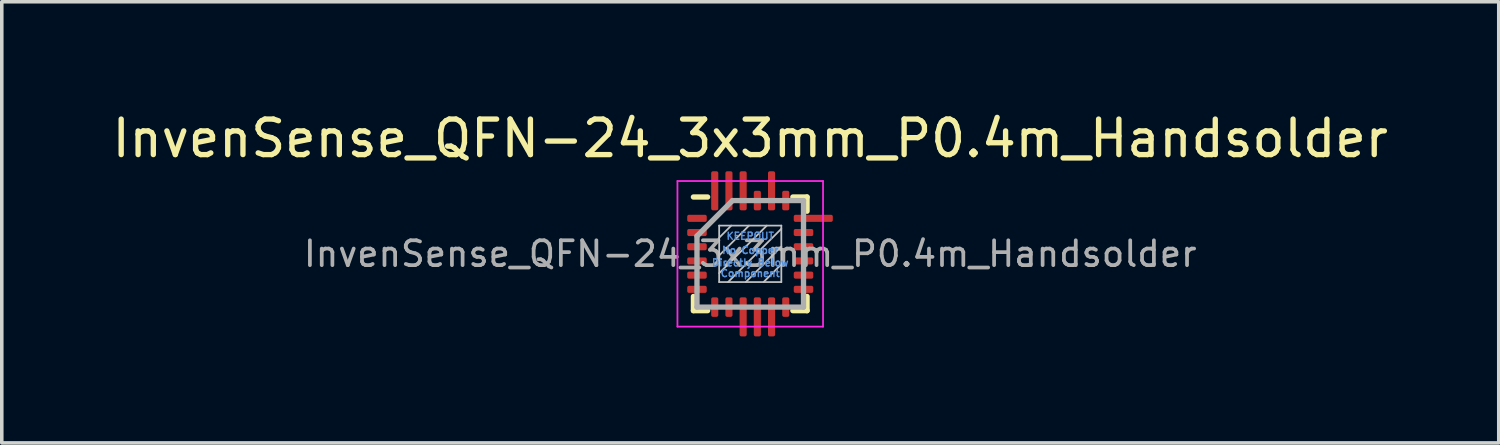
<source format=kicad_pcb>
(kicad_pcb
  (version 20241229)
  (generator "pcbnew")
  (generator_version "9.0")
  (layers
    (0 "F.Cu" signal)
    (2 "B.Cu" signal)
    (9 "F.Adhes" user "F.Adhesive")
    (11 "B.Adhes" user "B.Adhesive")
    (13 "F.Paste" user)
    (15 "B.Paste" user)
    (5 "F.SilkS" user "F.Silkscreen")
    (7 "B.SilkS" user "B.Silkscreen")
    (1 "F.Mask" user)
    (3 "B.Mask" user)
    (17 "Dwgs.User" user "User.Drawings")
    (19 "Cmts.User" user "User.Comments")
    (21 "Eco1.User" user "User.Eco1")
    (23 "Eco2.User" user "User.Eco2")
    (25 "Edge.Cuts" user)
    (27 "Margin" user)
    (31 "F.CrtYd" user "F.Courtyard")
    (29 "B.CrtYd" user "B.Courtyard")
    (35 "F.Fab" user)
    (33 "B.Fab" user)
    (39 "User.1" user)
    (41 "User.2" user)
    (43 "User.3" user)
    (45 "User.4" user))
  (footprint "InvenSense_QFN-24_3x3mm_P0.4m_Handsolder"
    (layer "F.Cu")
    (at 18.077 4.098)
    (property "Reference" "InvenSense_QFN-24_3x3mm_P0.4m_Handsolder" (at 0 -3.25 0) (layer "F.SilkS") (effects (font (size 1 1) (thickness 0.15))))
    (attr smd)
    (fp_line (start -1.6 -1.6) (end -1.2 -1.6) (stroke (width 0.15) (type solid)) (layer "F.SilkS"))
    (fp_line (start -1.6 1.6) (end -1.6 1.2) (stroke (width 0.15) (type solid)) (layer "F.SilkS"))
    (fp_line (start -1.6 1.6) (end -1.2 1.6) (stroke (width 0.15) (type solid)) (layer "F.SilkS"))
    (fp_line (start 1.6 -1.6) (end 1.2 -1.6) (stroke (width 0.15) (type solid)) (layer "F.SilkS"))
    (fp_line (start 1.6 -1.6) (end 1.6 -1.2) (stroke (width 0.15) (type solid)) (layer "F.SilkS"))
    (fp_line (start 1.6 1.6) (end 1.2 1.6) (stroke (width 0.15) (type solid)) (layer "F.SilkS"))
    (fp_line (start 1.6 1.6) (end 1.6 1.2) (stroke (width 0.15) (type solid)) (layer "F.SilkS"))
    (fp_line (start -0.875 -0.795) (end -0.875 0.795) (stroke (width 0.05) (type solid)) (layer "Dwgs.User"))
    (fp_line (start -0.875 -0.795) (end 0.875 -0.795) (stroke (width 0.05) (type solid)) (layer "Dwgs.User"))
    (fp_line (start -0.875 0.795) (end 0.875 0.795) (stroke (width 0.05) (type solid)) (layer "Dwgs.User"))
    (fp_line (start -0.535 -0.795) (end -0.875 -0.455) (stroke (width 0.05) (type solid)) (layer "Dwgs.User"))
    (fp_line (start -0.035 -0.795) (end -0.875 0.045) (stroke (width 0.05) (type solid)) (layer "Dwgs.User"))
    (fp_line (start 0.465 -0.795) (end -0.875 0.545) (stroke (width 0.05) (type solid)) (layer "Dwgs.User"))
    (fp_line (start 0.875 -0.795) (end 0.875 0.795) (stroke (width 0.05) (type solid)) (layer "Dwgs.User"))
    (fp_line (start 0.875 -0.705) (end -0.625 0.795) (stroke (width 0.05) (type solid)) (layer "Dwgs.User"))
    (fp_line (start 0.875 -0.205) (end -0.125 0.795) (stroke (width 0.05) (type solid)) (layer "Dwgs.User"))
    (fp_line (start 0.875 0.295) (end 0.375 0.795) (stroke (width 0.05) (type solid)) (layer "Dwgs.User"))
    (fp_line (start -2.05 -2.05) (end 2.05 -2.05) (stroke (width 0.05) (type solid)) (layer "F.CrtYd"))
    (fp_line (start -2.05 2.05) (end -2.05 -2.05) (stroke (width 0.05) (type solid)) (layer "F.CrtYd"))
    (fp_line (start 2.05 -2.05) (end 2.05 2.05) (stroke (width 0.05) (type solid)) (layer "F.CrtYd"))
    (fp_line (start 2.05 2.05) (end -2.05 2.05) (stroke (width 0.05) (type solid)) (layer "F.CrtYd"))
    (fp_line (start -1.5 -0.5) (end -0.5 -1.5) (stroke (width 0.15) (type solid)) (layer "F.Fab"))
    (fp_line (start -1.5 1.5) (end -1.5 -0.5) (stroke (width 0.15) (type solid)) (layer "F.Fab"))
    (fp_line (start -0.5 -1.5) (end 1.5 -1.5) (stroke (width 0.15) (type solid)) (layer "F.Fab"))
    (fp_line (start 1.5 -1.5) (end 1.5 1.5) (stroke (width 0.15) (type solid)) (layer "F.Fab"))
    (fp_line (start 1.5 1.5) (end -1.5 1.5) (stroke (width 0.15) (type solid)) (layer "F.Fab"))
    (fp_text user "No Copper" (at 0 -0.1 0) (layer "Cmts.User") (effects (font (size 0.2 0.2) (thickness 0.04))))
    (fp_text user "Directly Below" (at 0 0.25 0) (layer "Cmts.User") (effects (font (size 0.2 0.2) (thickness 0.04))))
    (fp_text user "Component" (at 0 0.55 0) (layer "Cmts.User") (effects (font (size 0.2 0.2) (thickness 0.04))))
    (fp_text user "KEEPOUT" (at 0 -0.5 0) (layer "Cmts.User") (effects (font (size 0.2 0.2) (thickness 0.04))))
    (fp_text user "${REFERENCE}" (at 0 0 0) (layer "F.Fab") (effects (font (size 0.7 0.7) (thickness 0.105))))
    (pad "1" smd roundrect (at -1.5 -1) (size 0.55 0.2) (layers "F.Cu" "F.Mask" "F.Paste") (roundrect_rratio 0.25))
    (pad "2" smd roundrect (at -1.5 -0.6) (size 0.55 0.2) (layers "F.Cu" "F.Mask" "F.Paste") (roundrect_rratio 0.25))
    (pad "3" smd roundrect (at -1.5 -0.2) (size 0.55 0.2) (layers "F.Cu" "F.Mask" "F.Paste") (roundrect_rratio 0.25))
    (pad "4" smd roundrect (at -1.5 0.2) (size 0.55 0.2) (layers "F.Cu" "F.Mask" "F.Paste") (roundrect_rratio 0.25))
    (pad "5" smd roundrect (at -1.5 0.6) (size 0.55 0.2) (layers "F.Cu" "F.Mask" "F.Paste") (roundrect_rratio 0.25))
    (pad "6" smd roundrect (at -1.5 1) (size 0.55 0.2) (layers "F.Cu" "F.Mask" "F.Paste") (roundrect_rratio 0.25))
    (pad "7" smd roundrect (at -1 1.5 90) (size 0.55 0.2) (layers "F.Cu" "F.Mask" "F.Paste") (roundrect_rratio 0.25))
    (pad "8" smd roundrect (at -0.6 1.5 90) (size 0.55 0.2) (layers "F.Cu" "F.Mask" "F.Paste") (roundrect_rratio 0.25))
    (pad "9" smd roundrect (at -0.2 1.775 90) (size 1.1 0.2) (layers "F.Cu" "F.Mask" "F.Paste") (roundrect_rratio 0.25))
    (pad "10" smd roundrect (at 0.2 1.775 90) (size 1.1 0.2) (layers "F.Cu" "F.Mask" "F.Paste") (roundrect_rratio 0.25))
    (pad "11" smd roundrect (at 0.6 1.775 90) (size 1.1 0.2) (layers "F.Cu" "F.Mask" "F.Paste") (roundrect_rratio 0.25))
    (pad "12" smd roundrect (at 1 1.5 90) (size 0.55 0.2) (layers "F.Cu" "F.Mask" "F.Paste") (roundrect_rratio 0.25))
    (pad "13" smd roundrect (at 1.5 1) (size 0.55 0.2) (layers "F.Cu" "F.Mask" "F.Paste") (roundrect_rratio 0.25))
    (pad "14" smd roundrect (at 1.5 0.6) (size 0.55 0.2) (layers "F.Cu" "F.Mask" "F.Paste") (roundrect_rratio 0.25))
    (pad "15" smd roundrect (at 1.5 0.2) (size 0.55 0.2) (layers "F.Cu" "F.Mask" "F.Paste") (roundrect_rratio 0.25))
    (pad "16" smd roundrect (at 1.5 -0.2) (size 0.55 0.2) (layers "F.Cu" "F.Mask" "F.Paste") (roundrect_rratio 0.25))
    (pad "17" smd roundrect (at 1.5 -0.6) (size 0.55 0.2) (layers "F.Cu" "F.Mask" "F.Paste") (roundrect_rratio 0.25))
    (pad "18" smd roundrect (at 1.775 -1) (size 1.1 0.2) (layers "F.Cu" "F.Mask" "F.Paste") (roundrect_rratio 0.25))
    (pad "19" smd roundrect (at 1 -1.5 90) (size 0.55 0.2) (layers "F.Cu" "F.Mask" "F.Paste") (roundrect_rratio 0.25))
    (pad "20" smd roundrect (at 0.6 -1.775 90) (size 1.1 0.2) (layers "F.Cu" "F.Mask" "F.Paste") (roundrect_rratio 0.25))
    (pad "21" smd roundrect (at 0.2 -1.5 90) (size 0.55 0.2) (layers "F.Cu" "F.Mask" "F.Paste") (roundrect_rratio 0.25))
    (pad "22" smd roundrect (at -0.2 -1.775 90) (size 1.1 0.2) (layers "F.Cu" "F.Mask" "F.Paste") (roundrect_rratio 0.25))
    (pad "23" smd roundrect (at -0.6 -1.775 90) (size 1.1 0.2) (layers "F.Cu" "F.Mask" "F.Paste") (roundrect_rratio 0.25))
    (pad "24" smd roundrect (at -1 -1.775 90) (size 1.1 0.2) (layers "F.Cu" "F.Mask" "F.Paste") (roundrect_rratio 0.25)))
  (gr_rect
    (start -3 -3)
    (end 39.155 9.423)
    (stroke (width 0.1) (type default))
    (fill no)
    (layer "Edge.Cuts")))
</source>
